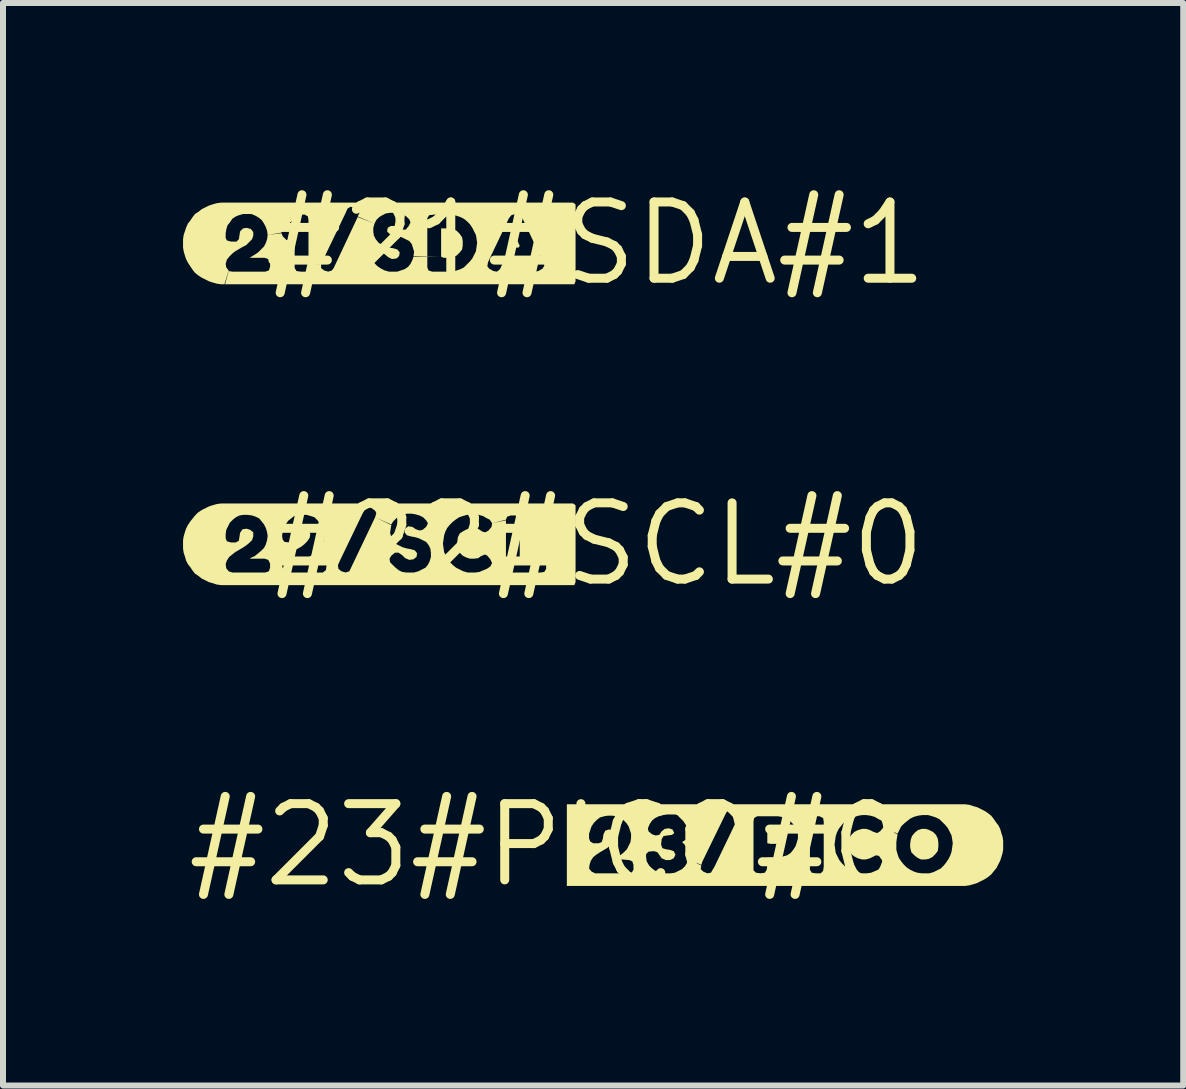
<source format=kicad_pcb>
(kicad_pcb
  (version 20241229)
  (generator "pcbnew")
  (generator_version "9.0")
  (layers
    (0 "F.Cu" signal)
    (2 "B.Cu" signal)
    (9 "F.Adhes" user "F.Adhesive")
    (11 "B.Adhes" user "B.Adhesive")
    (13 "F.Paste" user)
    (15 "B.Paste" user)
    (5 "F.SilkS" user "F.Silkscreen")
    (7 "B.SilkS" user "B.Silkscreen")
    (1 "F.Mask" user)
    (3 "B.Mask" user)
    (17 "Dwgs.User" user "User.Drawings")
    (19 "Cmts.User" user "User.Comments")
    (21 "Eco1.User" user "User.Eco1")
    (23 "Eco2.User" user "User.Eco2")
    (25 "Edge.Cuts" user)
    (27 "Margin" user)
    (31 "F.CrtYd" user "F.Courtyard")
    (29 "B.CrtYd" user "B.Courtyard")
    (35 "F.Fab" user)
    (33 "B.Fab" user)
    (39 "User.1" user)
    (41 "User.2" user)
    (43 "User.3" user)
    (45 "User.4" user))
  (footprint "#22#SCL#0"
    (layer "F.Cu")
    (at 6.88 6.019)
    (property "Reference" "#22#SCL#0" (at 0 0 0) (layer "F.SilkS") (effects (font (size 1.27 1.27) (thickness 0.15))))
    (attr through_hole)
    (fp_poly (pts (xy -6.25 -0.68) (xy -6.32 -0.67) (xy -6.39 -0.65) (xy -6.45 -0.63) (xy -6.51 -0.6) (xy -6.57 -0.57) (xy -6.63 -0.53) (xy -6.68 -0.48) (xy -6.72 -0.43) (xy -6.76 -0.38) (xy -6.8 -0.32) (xy -6.83 -0.26) (xy -6.85 -0.2) (xy -6.87 -0.13) (xy -6.88 -0.07) (xy -6.88 0) (xy -6.88 0.07) (xy -6.87 0.14) (xy -6.85 0.2) (xy -6.83 0.27) (xy -6.8 0.33) (xy -6.76 0.38) (xy -6.72 0.44) (xy -6.68 0.49) (xy -6.62 0.53) (xy -6.57 0.57) (xy -6.51 0.6) (xy -6.45 0.63) (xy -6.38 0.65) (xy -6.32 0.67) (xy -6.25 0.68) (xy -6.18 0.68) (xy -6.12 0.45) (xy -6.16 0.4) (xy -6.17 0.33) (xy -6.15 0.27) (xy -6.11 0.21) (xy -6.06 0.17) (xy -6.01 0.13) (xy -5.89 0.06) (xy -5.83 0.02) (xy -5.78 -0.02) (xy -5.73 -0.07) (xy -5.71 -0.13) (xy -5.71 -0.2) (xy -5.76 -0.24) (xy -5.82 -0.26) (xy -5.89 -0.25) (xy -5.93 -0.19) (xy -5.95 -0.06) (xy -6 -0.03) (xy -6.08 -0.03) (xy -6.15 -0.05) (xy -6.17 -0.1) (xy -6.17 -0.17) (xy -6.16 -0.24) (xy -6.13 -0.3) (xy -6.1 -0.36) (xy -6.05 -0.41) (xy -6 -0.45) (xy -5.94 -0.48) (xy -5.88 -0.49) (xy -5.8 -0.49) (xy -5.73 -0.48) (xy -5.67 -0.46) (xy -5.61 -0.43) (xy -5.57 -0.38) (xy -5.53 -0.33) (xy -5.5 -0.27) (xy -5.48 -0.2) (xy -5.47 -0.14) (xy -5.48 -0.07) (xy -5.5 0) (xy -5.53 0.06) (xy -5.58 0.11) (xy -5.64 0.16) (xy -5.69 0.2) (xy -5.74 0.22) (xy -5.77 0.24) (xy -5.56 0.24) (xy -5.52 0.24) (xy -5.46 0.26) (xy -5.43 0.32) (xy -5.43 0.39) (xy -5.23 0.36) (xy -5.22 0.3) (xy -5.19 0.24) (xy -5.14 0.19) (xy -5.09 0.14) (xy -4.91 0.04) (xy -4.86 0) (xy -4.81 -0.05) (xy -4.77 -0.11) (xy -4.76 -0.17) (xy -4.79 -0.23) (xy -4.85 -0.26) (xy -4.92 -0.26) (xy -4.97 -0.22) (xy -4.99 -0.16) (xy -5 -0.09) (xy -5.03 -0.04) (xy -5.1 -0.03) (xy -5.19 -0.04) (xy -5.22 -0.08) (xy -5.23 -0.14) (xy -5.22 -0.21) (xy -5.2 -0.27) (xy -5.17 -0.33) (xy -5.13 -0.39) (xy -5.08 -0.43) (xy -5.03 -0.47) (xy -4.96 -0.49) (xy -4.89 -0.49) (xy -4.82 -0.49) (xy -4.75 -0.47) (xy -4.69 -0.45) (xy -4.64 -0.4) (xy -4.6 -0.35) (xy -4.57 -0.29) (xy -4.54 -0.23) (xy -4.53 -0.16) (xy -4.53 -0.1) (xy -4.55 -0.03) (xy -4.58 0.03) (xy -4.62 0.09) (xy -4.67 0.14) (xy -4.73 0.18) (xy -4.78 0.21) (xy -4.84 0.24) (xy -4.79 0.24) (xy -4.65 0.24) (xy -4.54 0.25) (xy -4.5 0.29) (xy -4.49 0.36) (xy -4.3 0.35) (xy -4.27 0.28) (xy -3.89 -0.51) (xy -3.85 -0.58) (xy -3.81 -0.61) (xy -3.75 -0.61) (xy -3.68 -0.56) (xy -3.66 -0.52) (xy -3.68 -0.45) (xy -3.41 -0.33) (xy -3.38 -0.38) (xy -3.33 -0.43) (xy -3.28 -0.47) (xy -3.22 -0.49) (xy -3.15 -0.51) (xy -3.07 -0.51) (xy -3.01 -0.5) (xy -2.94 -0.48) (xy -2.88 -0.45) (xy -2.83 -0.4) (xy -2.8 -0.35) (xy -2.83 -0.29) (xy -2.89 -0.24) (xy -2.94 -0.23) (xy -3 -0.25) (xy -3.06 -0.29) (xy -3.13 -0.3) (xy -3.18 -0.26) (xy -3.19 -0.2) (xy -3.15 -0.15) (xy -3.08 -0.13) (xy -3.02 -0.12) (xy -2.95 -0.1) (xy -2.89 -0.07) (xy -2.83 -0.04) (xy -2.79 0.01) (xy -2.76 0.07) (xy -2.54 0.06) (xy -2.55 -0.01) (xy -2.54 -0.08) (xy -2.53 -0.15) (xy -2.51 -0.21) (xy -2.48 -0.27) (xy -2.44 -0.32) (xy -2.39 -0.37) (xy -2.34 -0.41) (xy -2.28 -0.45) (xy -2.22 -0.47) (xy -2.15 -0.49) (xy -2.09 -0.5) (xy -2.02 -0.5) (xy -1.95 -0.49) (xy -1.88 -0.47) (xy -1.83 -0.44) (xy -1.77 -0.41) (xy -1.73 -0.35) (xy -1.5 -0.41) (xy -1.48 -0.46) (xy -1.42 -0.48) (xy -1.34 -0.48) (xy -1.29 -0.44) (xy -1.27 -0.38) (xy -1.27 0.23) (xy -1.27 0.28) (xy -0.93 0.28) (xy -0.87 0.29) (xy -0.83 0.34) (xy -0.83 0.41) (xy -0.86 0.46) (xy -0.92 0.47) (xy -1.4 0.47) (xy -1.47 0.46) (xy -1.5 0.41) (xy -1.5 0.34) (xy -1.5 -0.4) (xy -1.73 -0.35) (xy -1.74 -0.29) (xy -1.79 -0.23) (xy -1.84 -0.2) (xy -1.89 -0.21) (xy -1.95 -0.25) (xy -2.02 -0.27) (xy -2.09 -0.27) (xy -2.15 -0.25) (xy -2.21 -0.22) (xy -2.27 -0.18) (xy -2.3 -0.12) (xy -2.31 -0.05) (xy -2.32 0.02) (xy -2.3 0.08) (xy -2.27 0.14) (xy -2.22 0.19) (xy -2.16 0.22) (xy -2.1 0.24) (xy -2.03 0.24) (xy -1.96 0.23) (xy -1.92 0.2) (xy -1.85 0.17) (xy -1.81 0.19) (xy -1.76 0.25) (xy -1.73 0.31) (xy -1.76 0.37) (xy -1.82 0.41) (xy -1.87 0.43) (xy -1.94 0.46) (xy -2.01 0.47) (xy -2.07 0.47) (xy -2.14 0.47) (xy -2.21 0.45) (xy -2.27 0.42) (xy -2.33 0.39) (xy -2.38 0.35) (xy -2.43 0.3) (xy -2.47 0.25) (xy -2.5 0.19) (xy -2.53 0.13) (xy -2.54 0.06) (xy -2.76 0.07) (xy -2.75 0.14) (xy -2.75 0.21) (xy -2.77 0.28) (xy -2.8 0.34) (xy -2.84 0.39) (xy -2.9 0.42) (xy -2.96 0.45) (xy -3.03 0.47) (xy -3.09 0.47) (xy -3.16 0.47) (xy -3.23 0.46) (xy -3.29 0.43) (xy -3.35 0.38) (xy -3.39 0.34) (xy -3.43 0.3) (xy -3.44 0.24) (xy -3.41 0.19) (xy -3.35 0.14) (xy -3.29 0.14) (xy -3.23 0.18) (xy -3.18 0.23) (xy -3.11 0.26) (xy -3.04 0.25) (xy -2.99 0.21) (xy -2.98 0.15) (xy -3.02 0.1) (xy -3.09 0.08) (xy -3.15 0.07) (xy -3.22 0.05) (xy -3.28 0.02) (xy -3.34 -0.01) (xy -3.38 -0.06) (xy -3.41 -0.12) (xy -3.43 -0.19) (xy -3.42 -0.26) (xy -3.41 -0.32) (xy -3.68 -0.45) (xy -4.09 0.41) (xy -4.11 0.45) (xy -4.17 0.47) (xy -4.24 0.45) (xy -4.29 0.41) (xy -4.3 0.35) (xy -4.49 0.36) (xy -4.5 0.43) (xy -4.55 0.47) (xy -4.62 0.47) (xy -5.09 0.47) (xy -5.16 0.47) (xy -5.21 0.42) (xy -5.23 0.36) (xy -5.43 0.39) (xy -5.45 0.45) (xy -5.51 0.47) (xy -5.59 0.47) (xy -6.06 0.47) (xy -6.12 0.45) (xy -6.18 0.68) (xy -0.36 0.68) (xy -0.34 0.63) (xy -0.34 -0.65) (xy -0.38 -0.68) (xy -6.2 -0.68)) (stroke (width 0) (type solid)) (fill yes) (layer "F.SilkS")))
  (footprint "#23#PICO#0"
    (layer "F.Cu")
    (at 6.055 11.031)
    (property "Reference" "#23#PICO#0" (at 0 0 0) (layer "F.SilkS") (effects (font (size 1.27 1.27) (thickness 0.15))))
    (attr through_hole)
    (fp_poly (pts (xy 3.91 -0.04) (xy 3.95 -0.09) (xy 3.95 -0.16) (xy 3.92 -0.22) (xy 3.86 -0.25) (xy 3.72 -0.25) (xy 3.68 -0.23) (xy 3.68 -0.03) (xy 3.74 -0.02) (xy 3.88 -0.02)) (stroke (width 0) (type solid)) (fill yes) (layer "F.SilkS"))
    (fp_poly (pts (xy 6.08 0.12) (xy 6.13 0.17) (xy 6.18 0.21) (xy 6.24 0.24) (xy 6.31 0.24) (xy 6.37 0.23) (xy 6.43 0.2) (xy 6.48 0.15) (xy 6.52 0.1) (xy 6.53 0.03) (xy 6.53 -0.04) (xy 6.52 -0.11) (xy 6.49 -0.17) (xy 6.44 -0.22) (xy 6.38 -0.25) (xy 6.32 -0.27) (xy 6.25 -0.27) (xy 6.19 -0.25) (xy 6.14 -0.21) (xy 6.09 -0.15) (xy 6.07 -0.09) (xy 6.06 -0.02) (xy 6.06 0.04)) (stroke (width 0) (type solid)) (fill yes) (layer "F.SilkS"))
    (fp_poly (pts (xy 0.68 -0.68) (xy 0.4 -0.68) (xy 0.34 -0.68) (xy 0.34 0.61) (xy 0.34 0.68) (xy 6.92 0.68) (xy 6.98 0.68) (xy 7.05 0.67) (xy 7.12 0.65) (xy 7.18 0.63) (xy 7.24 0.6) (xy 7.3 0.57) (xy 7.36 0.53) (xy 7.41 0.49) (xy 7.45 0.44) (xy 7.5 0.38) (xy 7.53 0.32) (xy 7.56 0.26) (xy 7.58 0.2) (xy 7.6 0.13) (xy 7.61 0.07) (xy 7.61 0) (xy 7.61 -0.07) (xy 7.6 -0.14) (xy 7.58 -0.2) (xy 7.56 -0.27) (xy 7.53 -0.33) (xy 7.49 -0.38) (xy 7.45 -0.44) (xy 7.41 -0.49) (xy 7.36 -0.53) (xy 7.3 -0.57) (xy 7.24 -0.6) (xy 7.18 -0.63) (xy 7.11 -0.65) (xy 7.05 -0.67) (xy 6.98 -0.68) (xy 6.91 -0.68) (xy 0.68 -0.68) (xy 0.84 -0.42) (xy 0.89 -0.46) (xy 0.96 -0.48) (xy 1.02 -0.49) (xy 1.1 -0.49) (xy 1.17 -0.48) (xy 1.23 -0.46) (xy 1.28 -0.42) (xy 1.33 -0.37) (xy 1.37 -0.31) (xy 1.39 -0.25) (xy 1.41 -0.19) (xy 1.41 -0.12) (xy 1.4 -0.05) (xy 1.37 0.01) (xy 1.34 0.07) (xy 1.29 0.12) (xy 1.23 0.17) (xy 1.17 0.2) (xy 1.12 0.23) (xy 1.13 0.24) (xy 1.27 0.24) (xy 1.38 0.25) (xy 1.43 0.27) (xy 1.45 0.33) (xy 1.67 0.27) (xy 1.66 0.2) (xy 1.66 0.15) (xy 1.7 0.11) (xy 1.79 0.1) (xy 1.85 0.12) (xy 1.92 0.22) (xy 1.99 0.25) (xy 2.06 0.25) (xy 2.12 0.22) (xy 2.15 0.16) (xy 2.12 0.1) (xy 2.06 0.08) (xy 1.99 0.07) (xy 1.93 0.05) (xy 1.91 -0.01) (xy 1.92 -0.1) (xy 1.95 -0.15) (xy 2.01 -0.16) (xy 2.09 -0.17) (xy 2.13 -0.2) (xy 2.1 -0.26) (xy 2.04 -0.28) (xy 1.97 -0.27) (xy 1.92 -0.23) (xy 1.88 -0.17) (xy 1.82 -0.16) (xy 1.76 -0.18) (xy 1.7 -0.23) (xy 1.69 -0.28) (xy 1.72 -0.35) (xy 1.76 -0.41) (xy 1.81 -0.45) (xy 1.87 -0.48) (xy 1.94 -0.5) (xy 2.01 -0.51) (xy 2.14 -0.51) (xy 2.18 -0.5) (xy 2.28 -0.4) (xy 2.32 -0.34) (xy 2.35 -0.28) (xy 2.36 -0.22) (xy 2.35 -0.15) (xy 2.32 -0.09) (xy 2.26 -0.05) (xy 2.3 -0.01) (xy 2.34 0.04) (xy 2.37 0.1) (xy 2.38 0.17) (xy 2.37 0.24) (xy 2.58 0.33) (xy 2.6 0.27) (xy 2.99 -0.53) (xy 3.03 -0.59) (xy 3.08 -0.62) (xy 3.14 -0.6) (xy 3.2 -0.55) (xy 3.21 -0.5) (xy 3.46 -0.45) (xy 3.51 -0.48) (xy 3.59 -0.48) (xy 3.86 -0.48) (xy 3.92 -0.47) (xy 3.99 -0.44) (xy 4.05 -0.41) (xy 4.1 -0.36) (xy 4.14 -0.31) (xy 4.17 -0.25) (xy 4.39 -0.34) (xy 4.39 -0.4) (xy 4.41 -0.46) (xy 4.46 -0.48) (xy 4.55 -0.48) (xy 4.61 -0.45) (xy 4.62 -0.39) (xy 4.87 -0.27) (xy 4.91 -0.32) (xy 4.95 -0.37) (xy 5.01 -0.41) (xy 5.07 -0.45) (xy 5.13 -0.47) (xy 5.2 -0.49) (xy 5.26 -0.5) (xy 5.33 -0.5) (xy 5.4 -0.49) (xy 5.47 -0.47) (xy 5.52 -0.44) (xy 5.58 -0.41) (xy 5.62 -0.35) (xy 5.61 -0.29) (xy 5.85 -0.19) (xy 5.88 -0.25) (xy 5.91 -0.31) (xy 5.96 -0.36) (xy 6.01 -0.4) (xy 6.06 -0.44) (xy 6.12 -0.47) (xy 6.19 -0.49) (xy 6.26 -0.5) (xy 6.29 -0.5) (xy 6.36 -0.5) (xy 6.43 -0.48) (xy 6.49 -0.46) (xy 6.55 -0.43) (xy 6.6 -0.38) (xy 6.65 -0.33) (xy 6.69 -0.28) (xy 6.72 -0.22) (xy 6.75 -0.16) (xy 6.76 -0.1) (xy 6.77 -0.03) (xy 6.76 0.04) (xy 6.75 0.11) (xy 6.73 0.17) (xy 6.7 0.23) (xy 6.66 0.29) (xy 6.62 0.34) (xy 6.57 0.39) (xy 6.51 0.42) (xy 6.45 0.45) (xy 6.38 0.47) (xy 6.32 0.47) (xy 6.25 0.47) (xy 6.18 0.46) (xy 6.12 0.44) (xy 6.06 0.41) (xy 6 0.37) (xy 5.95 0.32) (xy 5.91 0.27) (xy 5.87 0.21) (xy 5.85 0.15) (xy 5.83 0.08) (xy 5.83 0.02) (xy 5.83 -0.05) (xy 5.84 -0.12) (xy 5.85 -0.18) (xy 5.61 -0.29) (xy 5.56 -0.23) (xy 5.51 -0.2) (xy 5.45 -0.22) (xy 5.39 -0.25) (xy 5.33 -0.27) (xy 5.26 -0.27) (xy 5.19 -0.25) (xy 5.13 -0.22) (xy 5.08 -0.17) (xy 5.05 -0.12) (xy 5.03 -0.05) (xy 5.03 0.02) (xy 5.05 0.09) (xy 5.08 0.15) (xy 5.13 0.19) (xy 5.19 0.22) (xy 5.26 0.24) (xy 5.32 0.24) (xy 5.39 0.22) (xy 5.43 0.2) (xy 5.49 0.17) (xy 5.54 0.18) (xy 5.59 0.25) (xy 5.62 0.31) (xy 5.59 0.37) (xy 5.53 0.41) (xy 5.48 0.43) (xy 5.41 0.46) (xy 5.34 0.47) (xy 5.28 0.47) (xy 5.21 0.47) (xy 5.14 0.45) (xy 5.08 0.42) (xy 5.02 0.39) (xy 4.97 0.35) (xy 4.92 0.3) (xy 4.88 0.25) (xy 4.85 0.19) (xy 4.82 0.13) (xy 4.81 0.06) (xy 4.8 -0.01) (xy 4.81 -0.08) (xy 4.82 -0.15) (xy 4.84 -0.21) (xy 4.87 -0.27) (xy 4.62 -0.39) (xy 4.62 0.36) (xy 4.61 0.43) (xy 4.57 0.47) (xy 4.49 0.47) (xy 4.42 0.46) (xy 4.39 0.41) (xy 4.39 0.34) (xy 4.39 -0.34) (xy 4.17 -0.24) (xy 4.19 -0.18) (xy 4.19 -0.11) (xy 4.17 -0.04) (xy 4.15 0.02) (xy 4.11 0.08) (xy 4.07 0.13) (xy 4.01 0.17) (xy 3.94 0.19) (xy 3.88 0.21) (xy 3.82 0.21) (xy 3.68 0.21) (xy 3.68 0.34) (xy 3.67 0.41) (xy 3.64 0.46) (xy 3.57 0.47) (xy 3.49 0.46) (xy 3.45 0.42) (xy 3.45 0.36) (xy 3.45 -0.39) (xy 3.46 -0.45) (xy 3.21 -0.5) (xy 3.18 -0.43) (xy 2.8 0.36) (xy 2.74 0.46) (xy 2.68 0.47) (xy 2.61 0.44) (xy 2.57 0.4) (xy 2.58 0.34) (xy 2.37 0.24) (xy 2.34 0.3) (xy 2.31 0.35) (xy 2.26 0.4) (xy 2.2 0.43) (xy 2.14 0.46) (xy 2.07 0.47) (xy 2 0.47) (xy 1.93 0.47) (xy 1.86 0.45) (xy 1.8 0.42) (xy 1.75 0.38) (xy 1.71 0.34) (xy 1.67 0.27) (xy 1.45 0.33) (xy 1.45 0.41) (xy 1.42 0.46) (xy 1.35 0.47) (xy 0.88 0.47) (xy 0.81 0.47) (xy 0.75 0.44) (xy 0.71 0.39) (xy 0.72 0.32) (xy 0.74 0.26) (xy 0.78 0.2) (xy 0.83 0.16) (xy 0.89 0.12) (xy 1.01 0.05) (xy 1.06 0.01) (xy 1.11 -0.03) (xy 1.16 -0.09) (xy 1.18 -0.15) (xy 1.16 -0.21) (xy 1.11 -0.25) (xy 1.04 -0.26) (xy 0.98 -0.24) (xy 0.95 -0.18) (xy 0.94 -0.11) (xy 0.92 -0.05) (xy 0.87 -0.03) (xy 0.78 -0.03) (xy 0.73 -0.06) (xy 0.71 -0.11) (xy 0.71 -0.19) (xy 0.73 -0.25) (xy 0.75 -0.31) (xy 0.79 -0.37) (xy 0.84 -0.42)) (stroke (width 0) (type solid)) (fill yes) (layer "F.SilkS")))
  (footprint "#21#SDA#1"
    (layer "F.Cu")
    (at 6.88 1.006)
    (property "Reference" "#21#SDA#1" (at 0 0 0) (layer "F.SilkS") (effects (font (size 1.27 1.27) (thickness 0.15))))
    (attr through_hole)
    (fp_poly (pts (xy -6.25 -0.68) (xy -6.32 -0.67) (xy -6.39 -0.65) (xy -6.45 -0.63) (xy -6.51 -0.6) (xy -6.57 -0.57) (xy -6.62 -0.53) (xy -6.68 -0.49) (xy -6.72 -0.44) (xy -6.76 -0.38) (xy -6.8 -0.33) (xy -6.83 -0.26) (xy -6.85 -0.2) (xy -6.87 -0.14) (xy -6.88 -0.07) (xy -6.88 0) (xy -6.88 0.07) (xy -6.87 0.13) (xy -6.85 0.2) (xy -6.83 0.26) (xy -6.8 0.32) (xy -6.76 0.38) (xy -6.72 0.44) (xy -6.68 0.49) (xy -6.63 0.53) (xy -6.57 0.57) (xy -6.51 0.6) (xy -6.45 0.63) (xy -6.39 0.65) (xy -6.32 0.67) (xy -6.25 0.68) (xy -6.19 0.68) (xy -6.12 0.45) (xy -6.16 0.4) (xy -6.17 0.34) (xy -6.15 0.27) (xy -6.11 0.22) (xy -6.06 0.17) (xy -6.01 0.13) (xy -5.89 0.06) (xy -5.83 0.03) (xy -5.78 -0.02) (xy -5.73 -0.07) (xy -5.71 -0.13) (xy -5.71 -0.19) (xy -5.75 -0.24) (xy -5.82 -0.26) (xy -5.88 -0.25) (xy -5.93 -0.2) (xy -5.95 -0.07) (xy -5.99 -0.03) (xy -6.08 -0.03) (xy -6.15 -0.05) (xy -6.17 -0.09) (xy -6.17 -0.17) (xy -6.16 -0.23) (xy -6.14 -0.3) (xy -6.1 -0.35) (xy -6.06 -0.41) (xy -6 -0.45) (xy -5.95 -0.47) (xy -5.88 -0.49) (xy -5.81 -0.49) (xy -5.74 -0.49) (xy -5.67 -0.46) (xy -5.62 -0.43) (xy -5.57 -0.39) (xy -5.53 -0.33) (xy -5.5 -0.27) (xy -5.48 -0.21) (xy -5.47 -0.14) (xy -5.24 -0.18) (xy -5.22 -0.23) (xy -5.02 -0.42) (xy -4.92 -0.48) (xy -4.85 -0.48) (xy -4.8 -0.45) (xy -4.79 -0.39) (xy -4.79 0.36) (xy -4.58 0.35) (xy -4.55 0.28) (xy -4.17 -0.51) (xy -4.14 -0.58) (xy -4.09 -0.61) (xy -4.03 -0.6) (xy -3.96 -0.56) (xy -3.94 -0.51) (xy -3.97 -0.45) (xy -3.69 -0.33) (xy -3.66 -0.39) (xy -3.61 -0.44) (xy -3.56 -0.47) (xy -3.5 -0.5) (xy -3.43 -0.51) (xy -3.36 -0.51) (xy -3.29 -0.5) (xy -3.22 -0.48) (xy -3.16 -0.45) (xy -3.11 -0.4) (xy -3.09 -0.35) (xy -3.12 -0.29) (xy -3.17 -0.23) (xy -3.23 -0.23) (xy -3.29 -0.26) (xy -3.34 -0.29) (xy -3.42 -0.29) (xy -3.47 -0.26) (xy -3.48 -0.2) (xy -3.43 -0.15) (xy -3.36 -0.13) (xy -3.3 -0.12) (xy -3.23 -0.1) (xy -3.17 -0.07) (xy -3.11 -0.04) (xy -3.07 0.01) (xy -3.05 0.07) (xy -3.03 0.14) (xy -3.04 0.21) (xy -2.58 0.22) (xy -2.58 -0.18) (xy -2.58 -0.25) (xy -2.44 -0.25) (xy -2.38 -0.24) (xy -2.32 -0.21) (xy -2.27 -0.16) (xy -2.23 -0.1) (xy -2.22 -0.04) (xy -2.22 0.03) (xy -2.23 0.1) (xy -2.27 0.15) (xy -2.32 0.2) (xy -2.4 0.24) (xy -2.32 0.45) (xy -2.38 0.47) (xy -2.45 0.47) (xy -2.66 0.47) (xy -2.73 0.47) (xy -2.79 0.45) (xy -2.81 0.4) (xy -2.81 0.32) (xy -2.81 -0.42) (xy -2.78 -0.47) (xy -2.7 -0.48) (xy -2.66 -0.48) (xy -2.46 -0.48) (xy -2.39 -0.48) (xy -2.32 -0.46) (xy -2.26 -0.44) (xy -2.2 -0.41) (xy -2.15 -0.37) (xy -2.1 -0.32) (xy -2.06 -0.26) (xy -2.03 -0.2) (xy -2 -0.14) (xy -1.99 -0.08) (xy -1.98 -0.01) (xy -1.99 0.06) (xy -1.42 0.07) (xy -1.37 -0.05) (xy -1.33 -0.09) (xy -1.27 0.04) (xy -1.29 0.07) (xy -1.42 0.07) (xy -1.5 0.26) (xy -1.54 0.3) (xy -1.6 0.43) (xy -1.65 0.47) (xy -1.71 0.46) (xy -1.78 0.42) (xy -1.81 0.38) (xy -1.8 0.32) (xy -1.77 0.25) (xy -1.45 -0.42) (xy -1.41 -0.47) (xy -1.34 -0.49) (xy -1.28 -0.48) (xy -1.23 -0.43) (xy -0.88 0.31) (xy -0.86 0.37) (xy -0.89 0.42) (xy -0.96 0.46) (xy -1.02 0.47) (xy -1.07 0.44) (xy -1.13 0.31) (xy -1.16 0.26) (xy -1.5 0.26) (xy -1.42 0.07) (xy -1.99 0.06) (xy -2 0.13) (xy -2.03 0.19) (xy -2.06 0.25) (xy -2.1 0.3) (xy -2.15 0.35) (xy -2.2 0.4) (xy -2.26 0.43) (xy -2.32 0.45) (xy -2.4 0.24) (xy -2.54 0.24) (xy -2.58 0.22) (xy -3.04 0.22) (xy -3.06 0.28) (xy -3.09 0.34) (xy -3.13 0.39) (xy -3.19 0.43) (xy -3.25 0.45) (xy -3.31 0.47) (xy -3.38 0.47) (xy -3.45 0.47) (xy -3.52 0.45) (xy -3.58 0.42) (xy -3.64 0.38) (xy -3.68 0.34) (xy -3.71 0.3) (xy -3.72 0.24) (xy -3.69 0.18) (xy -3.63 0.14) (xy -3.58 0.14) (xy -3.52 0.18) (xy -3.46 0.23) (xy -3.4 0.26) (xy -3.32 0.25) (xy -3.28 0.21) (xy -3.27 0.15) (xy -3.31 0.1) (xy -3.38 0.08) (xy -3.44 0.07) (xy -3.51 0.05) (xy -3.57 0.02) (xy -3.62 -0.01) (xy -3.67 -0.07) (xy -3.7 -0.13) (xy -3.71 -0.19) (xy -3.71 -0.26) (xy -3.69 -0.33) (xy -3.97 -0.44) (xy -4.37 0.41) (xy -4.4 0.45) (xy -4.46 0.47) (xy -4.53 0.45) (xy -4.58 0.41) (xy -4.58 0.35) (xy -4.79 0.37) (xy -4.79 0.43) (xy -4.83 0.47) (xy -4.92 0.47) (xy -4.99 0.46) (xy -5.02 0.41) (xy -5.02 0.34) (xy -5.02 -0.07) (xy -5.05 -0.08) (xy -5.11 -0.05) (xy -5.16 -0.06) (xy -5.22 -0.12) (xy -5.24 -0.17) (xy -5.47 -0.14) (xy -5.48 -0.07) (xy -5.5 -0.01) (xy -5.53 0.05) (xy -5.58 0.1) (xy -5.63 0.15) (xy -5.69 0.19) (xy -5.74 0.22) (xy -5.77 0.24) (xy -5.57 0.24) (xy -5.52 0.24) (xy -5.46 0.26) (xy -5.43 0.32) (xy -5.43 0.39) (xy -5.45 0.45) (xy -5.51 0.47) (xy -5.58 0.47) (xy -6.06 0.47) (xy -6.12 0.46) (xy -6.18 0.68) (xy -0.36 0.68) (xy -0.34 0.63) (xy -0.34 -0.65) (xy -0.38 -0.68) (xy -6.2 -0.68)) (stroke (width 0) (type solid)) (fill yes) (layer "F.SilkS")))
  (gr_rect
    (start -3 -3)
    (end 16.665 15.037)
    (stroke (width 0.1) (type default))
    (fill no)
    (layer "Edge.Cuts")))
</source>
